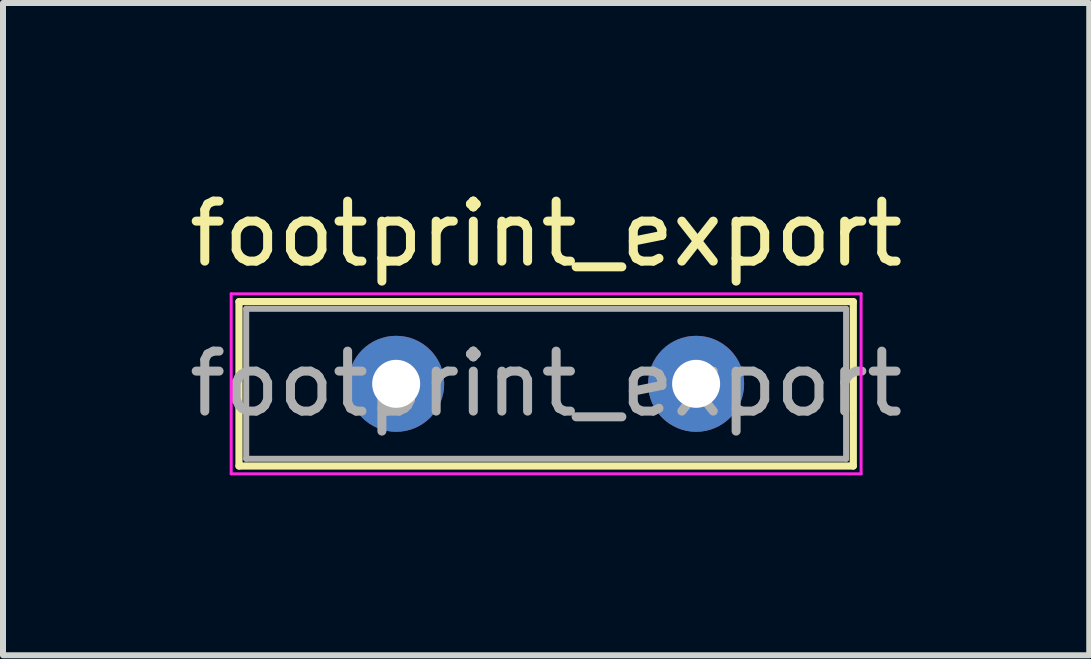
<source format=kicad_pcb>
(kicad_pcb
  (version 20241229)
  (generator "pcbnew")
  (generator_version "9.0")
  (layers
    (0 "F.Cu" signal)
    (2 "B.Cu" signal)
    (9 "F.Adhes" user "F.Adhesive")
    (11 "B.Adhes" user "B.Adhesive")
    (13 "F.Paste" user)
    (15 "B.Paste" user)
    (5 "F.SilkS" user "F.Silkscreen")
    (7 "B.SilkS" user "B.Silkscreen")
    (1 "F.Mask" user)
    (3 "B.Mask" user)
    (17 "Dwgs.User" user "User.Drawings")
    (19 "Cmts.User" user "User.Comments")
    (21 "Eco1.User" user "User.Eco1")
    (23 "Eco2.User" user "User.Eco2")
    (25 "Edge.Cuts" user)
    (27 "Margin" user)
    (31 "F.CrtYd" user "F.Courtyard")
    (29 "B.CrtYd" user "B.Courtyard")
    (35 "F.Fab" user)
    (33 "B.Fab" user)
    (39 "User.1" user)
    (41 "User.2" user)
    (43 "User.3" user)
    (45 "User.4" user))
  (footprint "footprint_export"
    (layer "F.Cu")
    (at 3.554 3.348)
    (property "Reference" "footprint_export" (at 2.5 -2.5 0) (layer "F.SilkS") (effects (font (size 1 1) (thickness 0.15))))
    (attr through_hole)
    (fp_line (start -2.62 -1.37) (end -2.62 1.37) (stroke (width 0.12) (type solid)) (layer "F.SilkS"))
    (fp_line (start -2.62 -1.37) (end 7.62 -1.37) (stroke (width 0.12) (type solid)) (layer "F.SilkS"))
    (fp_line (start -2.62 1.37) (end 7.62 1.37) (stroke (width 0.12) (type solid)) (layer "F.SilkS"))
    (fp_line (start 7.62 -1.37) (end 7.62 1.37) (stroke (width 0.12) (type solid)) (layer "F.SilkS"))
    (fp_line (start -2.75 -1.5) (end -2.75 1.5) (stroke (width 0.05) (type solid)) (layer "F.CrtYd"))
    (fp_line (start -2.75 1.5) (end 7.75 1.5) (stroke (width 0.05) (type solid)) (layer "F.CrtYd"))
    (fp_line (start 7.75 -1.5) (end -2.75 -1.5) (stroke (width 0.05) (type solid)) (layer "F.CrtYd"))
    (fp_line (start 7.75 1.5) (end 7.75 -1.5) (stroke (width 0.05) (type solid)) (layer "F.CrtYd"))
    (fp_line (start -2.5 -1.25) (end -2.5 1.25) (stroke (width 0.1) (type solid)) (layer "F.Fab"))
    (fp_line (start -2.5 1.25) (end 7.5 1.25) (stroke (width 0.1) (type solid)) (layer "F.Fab"))
    (fp_line (start 7.5 -1.25) (end -2.5 -1.25) (stroke (width 0.1) (type solid)) (layer "F.Fab"))
    (fp_line (start 7.5 1.25) (end 7.5 -1.25) (stroke (width 0.1) (type solid)) (layer "F.Fab"))
    (fp_text user "${REFERENCE}" (at 2.5 0 0) (layer "F.Fab") (effects (font (size 1 1) (thickness 0.15))))
    (pad "1" thru_hole circle (at 0 0) (size 1.6 1.6) (drill 0.8) (layers "*.Cu" "*.Mask"))
    (pad "2" thru_hole circle (at 5 0) (size 1.6 1.6) (drill 0.8) (layers "*.Cu" "*.Mask")))
  (gr_rect
    (start -3 -3)
    (end 15.107 7.873)
    (stroke (width 0.1) (type default))
    (fill no)
    (layer "Edge.Cuts")))
</source>
